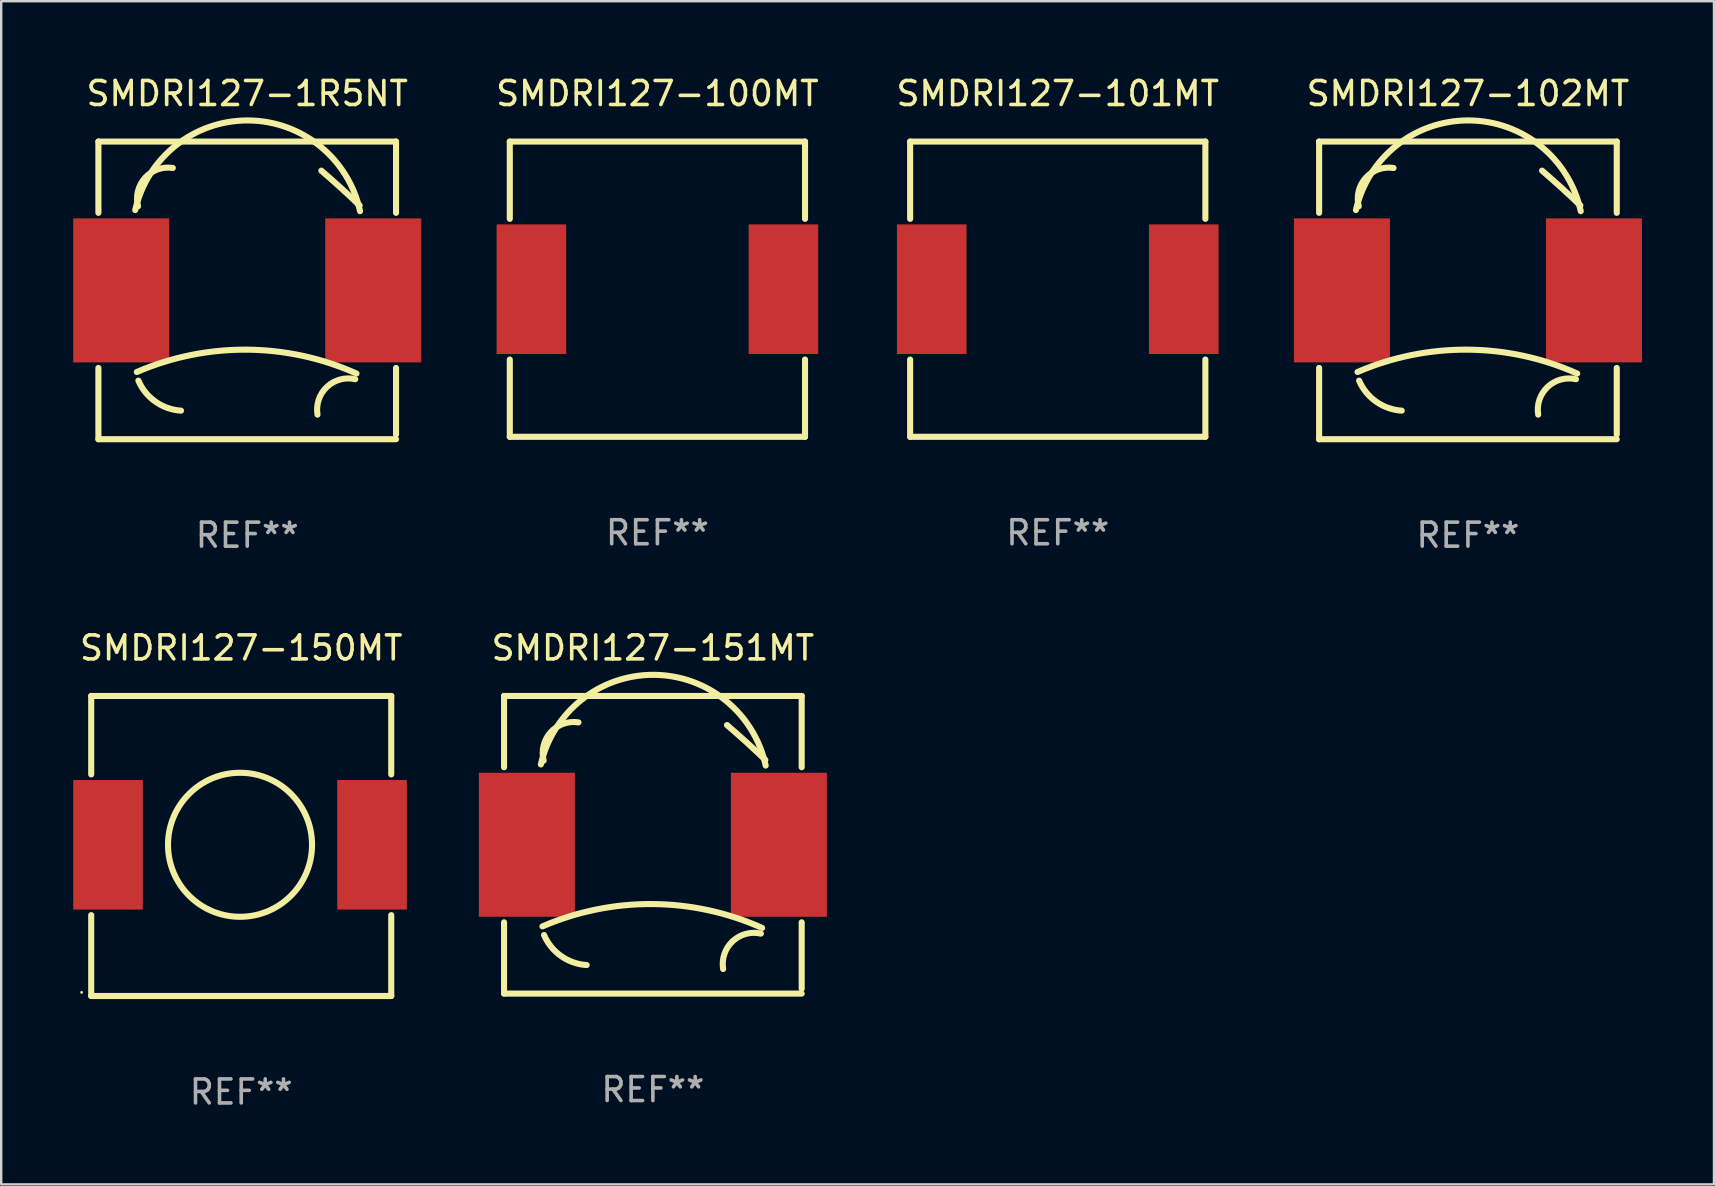
<source format=kicad_pcb>
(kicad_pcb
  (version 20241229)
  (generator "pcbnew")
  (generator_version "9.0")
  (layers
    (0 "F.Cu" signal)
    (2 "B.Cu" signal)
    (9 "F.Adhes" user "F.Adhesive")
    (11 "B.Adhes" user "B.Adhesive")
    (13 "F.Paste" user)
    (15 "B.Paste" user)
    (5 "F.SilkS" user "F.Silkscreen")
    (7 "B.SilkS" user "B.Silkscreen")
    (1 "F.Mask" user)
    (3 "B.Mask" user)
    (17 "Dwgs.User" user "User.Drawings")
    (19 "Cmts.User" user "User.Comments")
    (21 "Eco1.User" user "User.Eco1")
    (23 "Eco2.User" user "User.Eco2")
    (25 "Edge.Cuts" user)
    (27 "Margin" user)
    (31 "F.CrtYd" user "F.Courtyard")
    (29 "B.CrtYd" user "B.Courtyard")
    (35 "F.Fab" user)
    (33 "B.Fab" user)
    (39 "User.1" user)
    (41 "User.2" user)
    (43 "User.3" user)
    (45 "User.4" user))
  (footprint "SMDRI127-100MT"
    (layer "F.Cu")
    (at 24.339 8.998)
    (property "Reference" "SMDRI127-100MT" (at 0 -8.15 0) (layer "F.SilkS") (effects (font (size 1 1) (thickness 0.15))))
    (attr through_hole)
    (fp_line (start -6.15 -6.15) (end -6.15 -2.931) (stroke (width 0.254) (type solid)) (layer "F.SilkS"))
    (fp_line (start -6.15 -6.15) (end 6.15 -6.15) (stroke (width 0.254) (type solid)) (layer "F.SilkS"))
    (fp_line (start -6.15 2.931) (end -6.15 6.15) (stroke (width 0.254) (type solid)) (layer "F.SilkS"))
    (fp_line (start -6.15 6.15) (end 6.15 6.15) (stroke (width 0.254) (type solid)) (layer "F.SilkS"))
    (fp_line (start 6.15 -2.931) (end 6.15 -6.15) (stroke (width 0.254) (type solid)) (layer "F.SilkS"))
    (fp_line (start 6.15 6.15) (end 6.15 2.931) (stroke (width 0.254) (type solid)) (layer "F.SilkS"))
    (fp_circle (center -6.15 6.15) (end -6.12 6.15) (stroke (width 0.06) (type solid)) (fill no) (layer "F.SilkS"))
    (fp_text user "REF**" (at 0 10.15 0) (layer "F.Fab") (effects (font (size 1 1) (thickness 0.15))))
    (pad "1" smd rect (at -5.25 0) (size 2.9 5.4) (layers "F.Cu" "F.Mask" "F.Paste"))
    (pad "2" smd rect (at 5.25 0) (size 2.9 5.4) (layers "F.Cu" "F.Mask" "F.Paste")))
  (footprint "SMDRI127-150MT"
    (layer "F.Cu")
    (at 7 32.195)
    (property "Reference" "SMDRI127-150MT" (at 0 -8.25 0) (layer "F.SilkS") (effects (font (size 1 1) (thickness 0.15))))
    (attr through_hole)
    (fp_line (start -6.25 -6.25) (end 6.25 -6.25) (stroke (width 0.254) (type solid)) (layer "F.SilkS"))
    (fp_line (start -6.25 -2.981) (end -6.25 -6.25) (stroke (width 0.254) (type solid)) (layer "F.SilkS"))
    (fp_line (start -6.25 6.25) (end -6.25 2.881) (stroke (width 0.254) (type solid)) (layer "F.SilkS"))
    (fp_line (start 6.25 -6.25) (end 6.25 -2.981) (stroke (width 0.254) (type solid)) (layer "F.SilkS"))
    (fp_line (start 6.25 2.881) (end 6.25 6.25) (stroke (width 0.254) (type solid)) (layer "F.SilkS"))
    (fp_line (start 6.25 6.25) (end -6.25 6.25) (stroke (width 0.254) (type solid)) (layer "F.SilkS"))
    (fp_circle (center -6.65 6.1) (end -6.62 6.1) (stroke (width 0.06) (type solid)) (fill no) (layer "F.SilkS"))
    (fp_circle (center -0.05 -0.05) (end 2.95 -0.05) (stroke (width 0.254) (type solid)) (fill no) (layer "F.SilkS"))
    (fp_text user "REF**" (at 0 10.25 0) (layer "F.Fab") (effects (font (size 1 1) (thickness 0.15))))
    (pad "1" smd rect (at -5.55 -0.05 90) (size 5.4 2.9) (layers "F.Cu" "F.Mask" "F.Paste"))
    (pad "2" smd rect (at 5.45 -0.05 90) (size 5.4 2.9) (layers "F.Cu" "F.Mask" "F.Paste")))
  (footprint "SMDRI127-102MT"
    (layer "F.Cu")
    (at 58.107 9.048)
    (property "Reference" "SMDRI127-102MT" (at 0 -8.2 0) (layer "F.SilkS") (effects (font (size 1 1) (thickness 0.15))))
    (attr through_hole)
    (fp_line (start -6.2 -6.2) (end -6.2 -3.231) (stroke (width 0.254) (type solid)) (layer "F.SilkS"))
    (fp_line (start -6.2 -6.2) (end 6.2 -6.2) (stroke (width 0.254) (type solid)) (layer "F.SilkS"))
    (fp_line (start -6.2 3.231) (end -6.2 6.2) (stroke (width 0.254) (type solid)) (layer "F.SilkS"))
    (fp_line (start -6.2 6.2) (end 6.2 6.2) (stroke (width 0.254) (type solid)) (layer "F.SilkS"))
    (fp_line (start 6.2 -6.2) (end 6.2 -3.231) (stroke (width 0.254) (type solid)) (layer "F.SilkS"))
    (fp_line (start 6.2 3.231) (end 6.2 6) (stroke (width 0.254) (type solid)) (layer "F.SilkS"))
    (fp_arc (start -4.666268 -3.347523) (mid 0.035925 -7.080035) (end 4.7 -3.3) (stroke (width 0.254001) (type solid)) (layer "F.SilkS"))
    (fp_arc (start -4.6 3.4) (mid -0.017181 2.469621) (end 4.552248 3.463678) (stroke (width 0.254001) (type solid)) (layer "F.SilkS"))
    (fp_arc (start -4.54986 -3.504115) (mid -4.254361 -4.692196) (end -3.1 -5.099999) (stroke (width 0.254001) (type solid)) (layer "F.SilkS"))
    (fp_arc (start -2.758293 5.011176) (mid -3.822943 4.635946) (end -4.534316 3.759462) (stroke (width 0.254001) (type solid)) (layer "F.SilkS"))
    (fp_arc (start 2.927153 5.17587) (mid 3.321583 4.020185) (end 4.5 3.7) (stroke (width 0.254001) (type solid)) (layer "F.SilkS"))
    (fp_arc (start 3.08763 -4.988189) (mid 3.895745 -4.274456) (end 4.683515 -3.538329) (stroke (width 0.254001) (type solid)) (layer "F.SilkS"))
    (fp_circle (center -6.15 6.15) (end -6.12 6.15) (stroke (width 0.06) (type solid)) (fill no) (layer "F.SilkS"))
    (fp_text user "REF**" (at 0 10.2 0) (layer "F.Fab") (effects (font (size 1 1) (thickness 0.15))))
    (pad "1" smd rect (at -5.25 0) (size 4 6) (layers "F.Cu" "F.Mask" "F.Paste"))
    (pad "2" smd rect (at 5.25 0) (size 4 6) (layers "F.Cu" "F.Mask" "F.Paste")))
  (footprint "SMDRI127-1R5NT"
    (layer "F.Cu")
    (at 7.25 9.048)
    (property "Reference" "SMDRI127-1R5NT" (at 0 -8.2 0) (layer "F.SilkS") (effects (font (size 1 1) (thickness 0.15))))
    (attr through_hole)
    (fp_line (start -6.2 -6.2) (end -6.2 -3.231) (stroke (width 0.254) (type solid)) (layer "F.SilkS"))
    (fp_line (start -6.2 -6.2) (end 6.2 -6.2) (stroke (width 0.254) (type solid)) (layer "F.SilkS"))
    (fp_line (start -6.2 3.231) (end -6.2 6.2) (stroke (width 0.254) (type solid)) (layer "F.SilkS"))
    (fp_line (start -6.2 6.2) (end 6.2 6.2) (stroke (width 0.254) (type solid)) (layer "F.SilkS"))
    (fp_line (start 6.2 -6.2) (end 6.2 -3.231) (stroke (width 0.254) (type solid)) (layer "F.SilkS"))
    (fp_line (start 6.2 3.231) (end 6.2 6) (stroke (width 0.254) (type solid)) (layer "F.SilkS"))
    (fp_arc (start -4.666268 -3.347523) (mid 0.035925 -7.080035) (end 4.7 -3.3) (stroke (width 0.254001) (type solid)) (layer "F.SilkS"))
    (fp_arc (start -4.6 3.4) (mid -0.017181 2.469621) (end 4.552248 3.463678) (stroke (width 0.254001) (type solid)) (layer "F.SilkS"))
    (fp_arc (start -4.54986 -3.504115) (mid -4.254361 -4.692196) (end -3.1 -5.099999) (stroke (width 0.254001) (type solid)) (layer "F.SilkS"))
    (fp_arc (start -2.758293 5.011176) (mid -3.822943 4.635946) (end -4.534316 3.759462) (stroke (width 0.254001) (type solid)) (layer "F.SilkS"))
    (fp_arc (start 2.927153 5.17587) (mid 3.321583 4.020185) (end 4.5 3.7) (stroke (width 0.254001) (type solid)) (layer "F.SilkS"))
    (fp_arc (start 3.08763 -4.988189) (mid 3.895745 -4.274456) (end 4.683515 -3.538329) (stroke (width 0.254001) (type solid)) (layer "F.SilkS"))
    (fp_circle (center -6.15 6.15) (end -6.12 6.15) (stroke (width 0.06) (type solid)) (fill no) (layer "F.SilkS"))
    (fp_text user "REF**" (at 0 10.2 0) (layer "F.Fab") (effects (font (size 1 1) (thickness 0.15))))
    (pad "1" smd rect (at -5.25 0) (size 4 6) (layers "F.Cu" "F.Mask" "F.Paste"))
    (pad "2" smd rect (at 5.25 0) (size 4 6) (layers "F.Cu" "F.Mask" "F.Paste")))
  (footprint "SMDRI127-101MT"
    (layer "F.Cu")
    (at 41.018 8.998)
    (property "Reference" "SMDRI127-101MT" (at 0 -8.15 0) (layer "F.SilkS") (effects (font (size 1 1) (thickness 0.15))))
    (attr through_hole)
    (fp_line (start -6.15 -6.15) (end -6.15 -2.931) (stroke (width 0.254) (type solid)) (layer "F.SilkS"))
    (fp_line (start -6.15 -6.15) (end 6.15 -6.15) (stroke (width 0.254) (type solid)) (layer "F.SilkS"))
    (fp_line (start -6.15 2.931) (end -6.15 6.15) (stroke (width 0.254) (type solid)) (layer "F.SilkS"))
    (fp_line (start -6.15 6.15) (end 6.15 6.15) (stroke (width 0.254) (type solid)) (layer "F.SilkS"))
    (fp_line (start 6.15 -2.931) (end 6.15 -6.15) (stroke (width 0.254) (type solid)) (layer "F.SilkS"))
    (fp_line (start 6.15 6.15) (end 6.15 2.931) (stroke (width 0.254) (type solid)) (layer "F.SilkS"))
    (fp_circle (center -6.15 6.15) (end -6.12 6.15) (stroke (width 0.06) (type solid)) (fill no) (layer "F.SilkS"))
    (fp_text user "REF**" (at 0 10.15 0) (layer "F.Fab") (effects (font (size 1 1) (thickness 0.15))))
    (pad "1" smd rect (at -5.25 0) (size 2.9 5.4) (layers "F.Cu" "F.Mask" "F.Paste"))
    (pad "2" smd rect (at 5.25 0) (size 2.9 5.4) (layers "F.Cu" "F.Mask" "F.Paste")))
  (footprint "SMDRI127-151MT"
    (layer "F.Cu")
    (at 24.15 32.145)
    (property "Reference" "SMDRI127-151MT" (at 0 -8.2 0) (layer "F.SilkS") (effects (font (size 1 1) (thickness 0.15))))
    (attr through_hole)
    (fp_line (start -6.2 -6.2) (end -6.2 -3.231) (stroke (width 0.254) (type solid)) (layer "F.SilkS"))
    (fp_line (start -6.2 -6.2) (end 6.2 -6.2) (stroke (width 0.254) (type solid)) (layer "F.SilkS"))
    (fp_line (start -6.2 3.231) (end -6.2 6.2) (stroke (width 0.254) (type solid)) (layer "F.SilkS"))
    (fp_line (start -6.2 6.2) (end 6.2 6.2) (stroke (width 0.254) (type solid)) (layer "F.SilkS"))
    (fp_line (start 6.2 -6.2) (end 6.2 -3.231) (stroke (width 0.254) (type solid)) (layer "F.SilkS"))
    (fp_line (start 6.2 3.231) (end 6.2 6) (stroke (width 0.254) (type solid)) (layer "F.SilkS"))
    (fp_arc (start -4.666268 -3.347523) (mid 0.035925 -7.080035) (end 4.7 -3.3) (stroke (width 0.254001) (type solid)) (layer "F.SilkS"))
    (fp_arc (start -4.6 3.4) (mid -0.017181 2.469621) (end 4.552248 3.463678) (stroke (width 0.254001) (type solid)) (layer "F.SilkS"))
    (fp_arc (start -4.54986 -3.504115) (mid -4.254361 -4.692196) (end -3.1 -5.099999) (stroke (width 0.254001) (type solid)) (layer "F.SilkS"))
    (fp_arc (start -2.758293 5.011176) (mid -3.822943 4.635946) (end -4.534316 3.759462) (stroke (width 0.254001) (type solid)) (layer "F.SilkS"))
    (fp_arc (start 2.927153 5.17587) (mid 3.321583 4.020185) (end 4.5 3.7) (stroke (width 0.254001) (type solid)) (layer "F.SilkS"))
    (fp_arc (start 3.08763 -4.988189) (mid 3.895745 -4.274456) (end 4.683515 -3.538329) (stroke (width 0.254001) (type solid)) (layer "F.SilkS"))
    (fp_circle (center -6.15 6.15) (end -6.12 6.15) (stroke (width 0.06) (type solid)) (fill no) (layer "F.SilkS"))
    (fp_text user "REF**" (at 0 10.2 0) (layer "F.Fab") (effects (font (size 1 1) (thickness 0.15))))
    (pad "1" smd rect (at -5.25 0) (size 4 6) (layers "F.Cu" "F.Mask" "F.Paste"))
    (pad "2" smd rect (at 5.25 0) (size 4 6) (layers "F.Cu" "F.Mask" "F.Paste")))
  (gr_rect
    (start -3 -3)
    (end 68.357 46.293)
    (stroke (width 0.1) (type default))
    (fill no)
    (layer "Edge.Cuts")))
</source>
